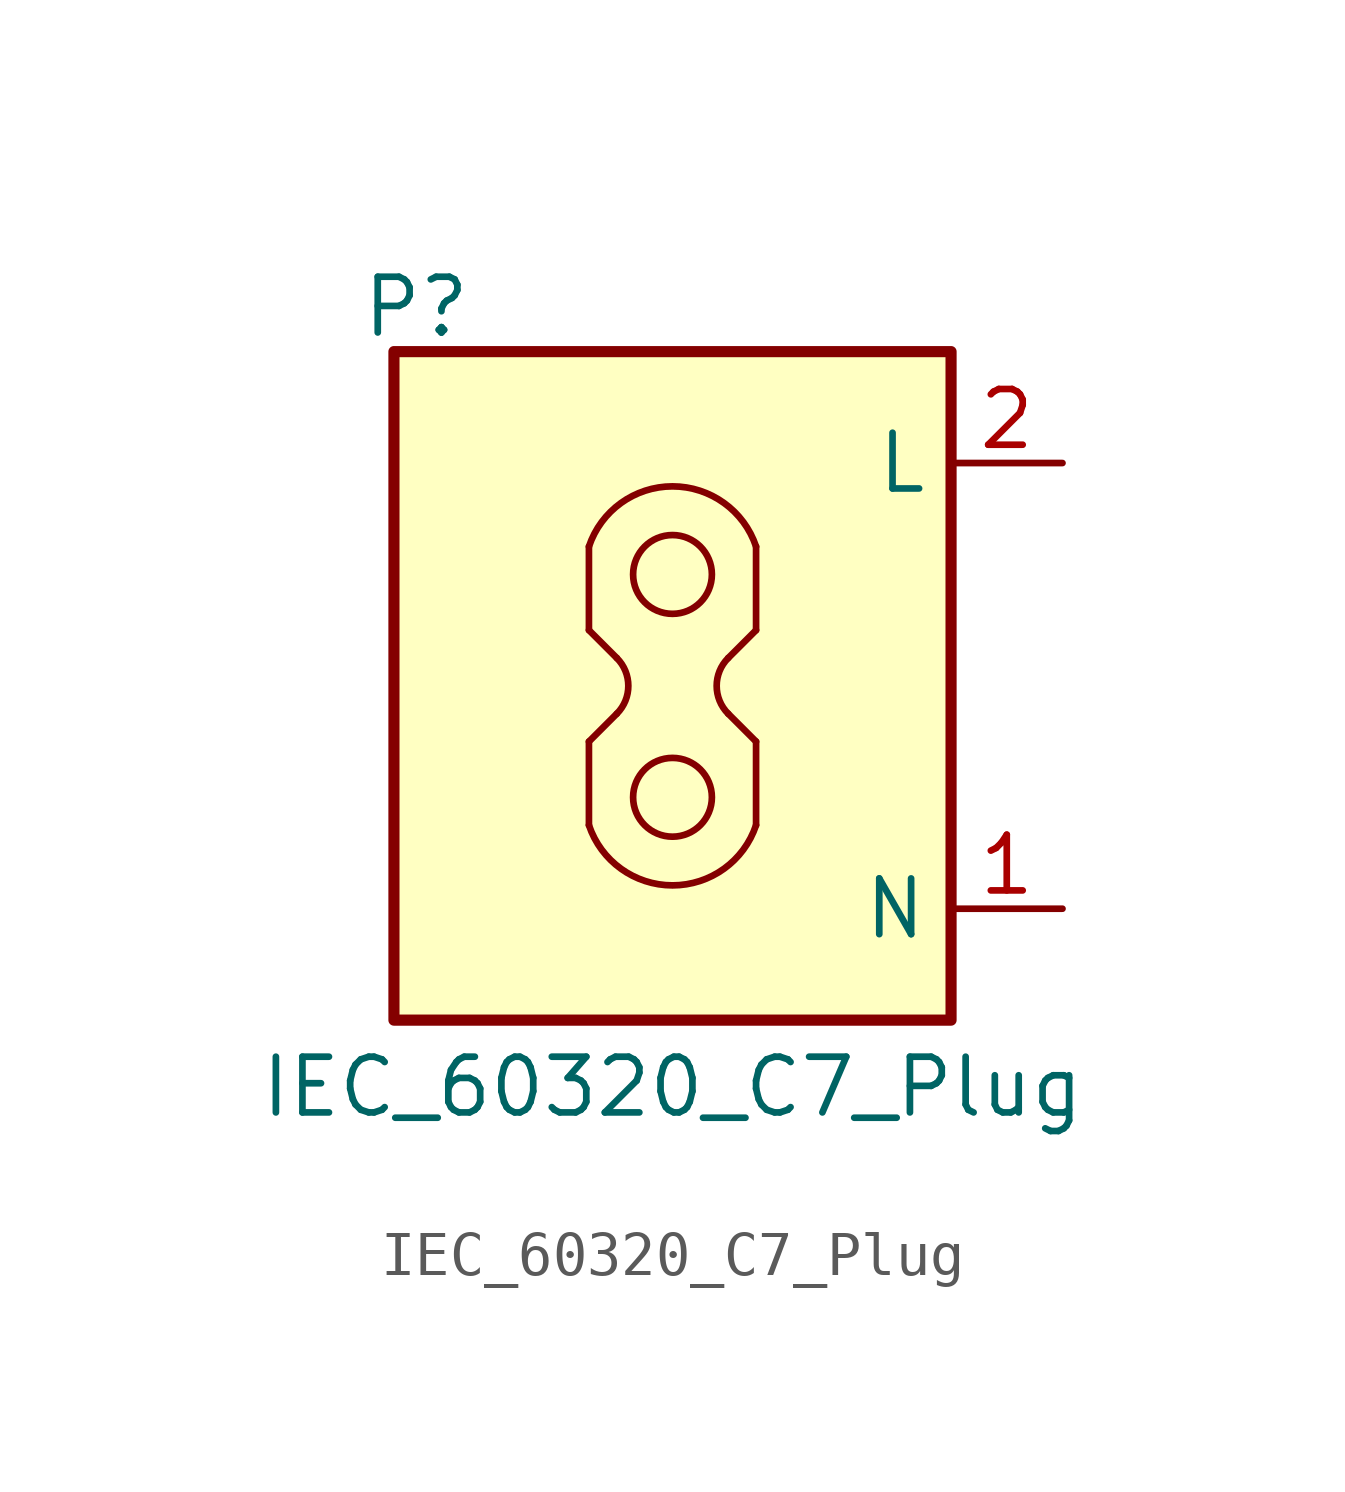
<source format=kicad_sym>
(kicad_symbol_lib
  (version 20241209)
  (generator "kicad_symbol_editor")
  (generator_version "9.0")
  (symbol "IEC_60320_C7_Plug"
    (property "Reference" "P"
      (at -5.842 8.636 0)
      (effects (font (size 1.27 1.27))))
    (property "Value" "IEC_60320_C7_Plug"
      (at 0 -9.144 0)
      (effects (font (size 1.27 1.27))))
    (symbol "IEC_60320_C7_Plug_0_1"
      (arc (start -1.27 0.635) (mid -1.007 0) (end -1.27 -0.635) (stroke (width 0) (type default)) (fill (type none)))
      (polyline (pts (xy -1.905 1.27) (xy -1.905 3.175)) (stroke (width 0) (type default)) (fill (type none)))
      (polyline (pts (xy -1.905 -1.27) (xy -1.905 -3.175)) (stroke (width 0) (type default)) (fill (type none)))
      (polyline (pts (xy -1.27 -0.635) (xy -1.905 -1.27)) (stroke (width 0) (type default)) (fill (type none)))
      (arc (start -1.905 3.175) (mid 0 4.548) (end 1.905 3.175) (stroke (width 0) (type default)) (fill (type none)))
      (arc (start 1.905 -3.175) (mid 0 -4.548) (end -1.905 -3.175) (stroke (width 0) (type default)) (fill (type none)))
      (polyline (pts (xy 1.27 0.635) (xy 1.905 1.27)) (stroke (width 0) (type default)) (fill (type none)))
      (polyline (pts (xy 1.27 -0.635) (xy 1.905 -1.27)) (stroke (width 0) (type default)) (fill (type none)))
      (polyline (pts (xy 1.905 1.27) (xy 1.905 3.175)) (stroke (width 0) (type default)) (fill (type none)))
      (arc (start 1.27 -0.635) (mid 1.007 0) (end 1.27 0.635) (stroke (width 0) (type default)) (fill (type none)))
      (polyline (pts (xy 1.905 -1.27) (xy 1.905 -3.175)) (stroke (width 0) (type default)) (fill (type none))))
    (symbol "IEC_60320_C7_Plug_1_1"
      (polyline (pts (xy -6.35 7.62) (xy 6.35 7.62) (xy 6.35 -7.62) (xy -6.35 -7.62) (xy -6.35 7.62)) (stroke (width 0.254) (type default)) (fill (type background)))
      (polyline (pts (xy -1.27 0.635) (xy -1.905 1.27)) (stroke (width 0) (type default)) (fill (type background)))
      (circle (center 0 2.54) (radius 0.898) (stroke (width 0) (type default)) (fill (type background)))
      (circle (center 0 -2.54) (radius 0.898) (stroke (width 0) (type default)) (fill (type background)))
      (pin power_in line (at 8.89 5.08 180) (length 2.54) (name "L" (effects (font (size 1.27 1.27)))) (number "2" (effects (font (size 1.27 1.27)))))
      (pin power_in line (at 8.89 -5.08 180) (length 2.54) (name "N" (effects (font (size 1.27 1.27)))) (number "1" (effects (font (size 1.27 1.27))))))))
</source>
